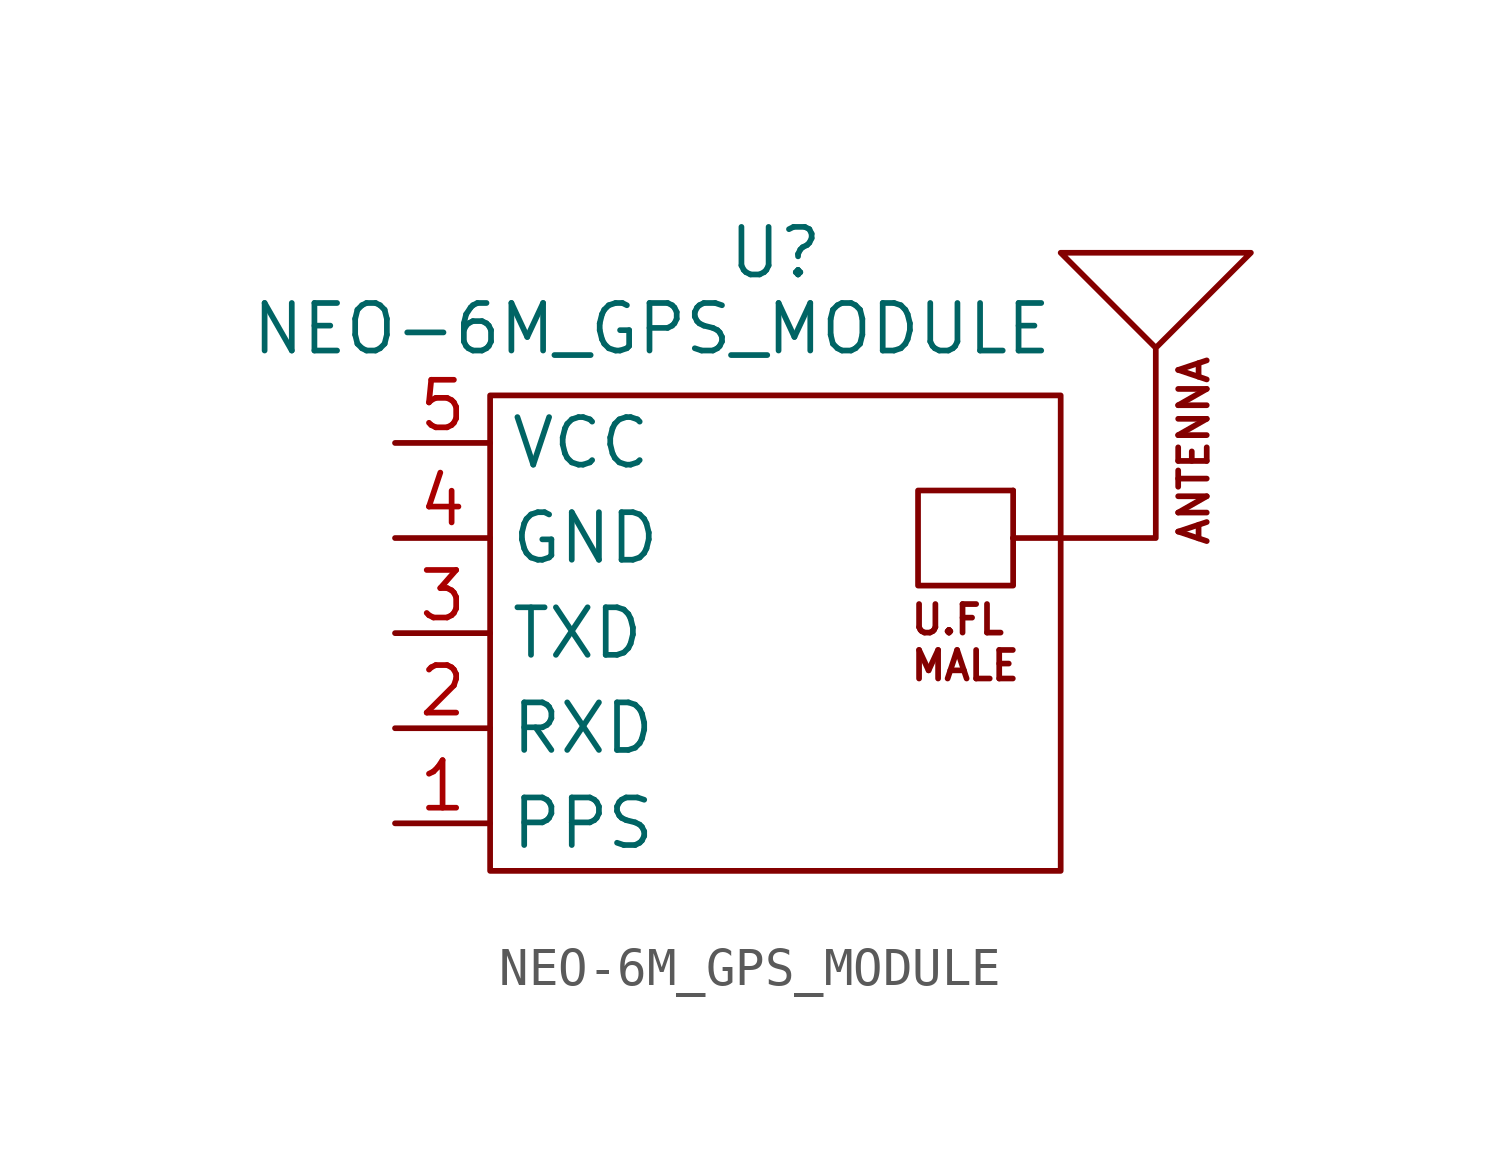
<source format=kicad_sym>
(kicad_symbol_lib
  (version 20241209)
  (generator "kicad_symbol_editor")
  (generator_version "9.0")
  (symbol "NEO-6M_GPS_MODULE"
    (property "Reference" "U"
      (at 0 10.16 0)
      (effects (font (size 1.27 1.27))))
    (property "Value" "NEO-6M_GPS_MODULE"
      (at -3.302 8.128 0)
      (effects (font (size 1.27 1.27))))
    (symbol "NEO-6M_GPS_MODULE_0_1"
      (rectangle (start -7.62 6.35) (end 7.62 -6.35) (stroke (width 0) (type default)) (fill (type none)))
      (rectangle (start 3.81 3.81) (end 6.35 1.27) (stroke (width 0) (type default)) (fill (type none)))
      (rectangle (start 6.35 3.81) (end 6.35 3.81) (stroke (width 0) (type default)) (fill (type none)))
      (polyline (pts (xy 6.35 2.54) (xy 10.16 2.54) (xy 10.16 7.62) (xy 7.62 10.16) (xy 12.7 10.16) (xy 10.16 7.62)) (stroke (width 0) (type default)) (fill (type none)))
      (rectangle (start 6.35 2.54) (end 6.35 2.54) (stroke (width 0) (type default)) (fill (type none)))
      (rectangle (start 6.35 2.54) (end 6.35 2.54) (stroke (width 0) (type default)) (fill (type none))))
    (symbol "NEO-6M_GPS_MODULE_1_1"
      (text "U.FL\nMALE" (at 3.556 -0.254 0) (effects (font (size 0.762 0.762)) (justify left)))
      (text "ANTENNA" (at 11.176 2.286 900) (effects (font (size 0.762 0.762)) (justify left)))
      (pin input line (at -10.16 5.08 0) (length 2.54) (name "VCC" (effects (font (size 1.27 1.27)))) (number "5" (effects (font (size 1.27 1.27)))))
      (pin input line (at -10.16 2.54 0) (length 2.54) (name "GND" (effects (font (size 1.27 1.27)))) (number "4" (effects (font (size 1.27 1.27)))))
      (pin output line (at -10.16 0 0) (length 2.54) (name "TXD" (effects (font (size 1.27 1.27)))) (number "3" (effects (font (size 1.27 1.27)))))
      (pin input line (at -10.16 -2.54 0) (length 2.54) (name "RXD" (effects (font (size 1.27 1.27)))) (number "2" (effects (font (size 1.27 1.27)))))
      (pin output line (at -10.16 -5.08 0) (length 2.54) (name "PPS" (effects (font (size 1.27 1.27)))) (number "1" (effects (font (size 1.27 1.27))))))))
</source>
